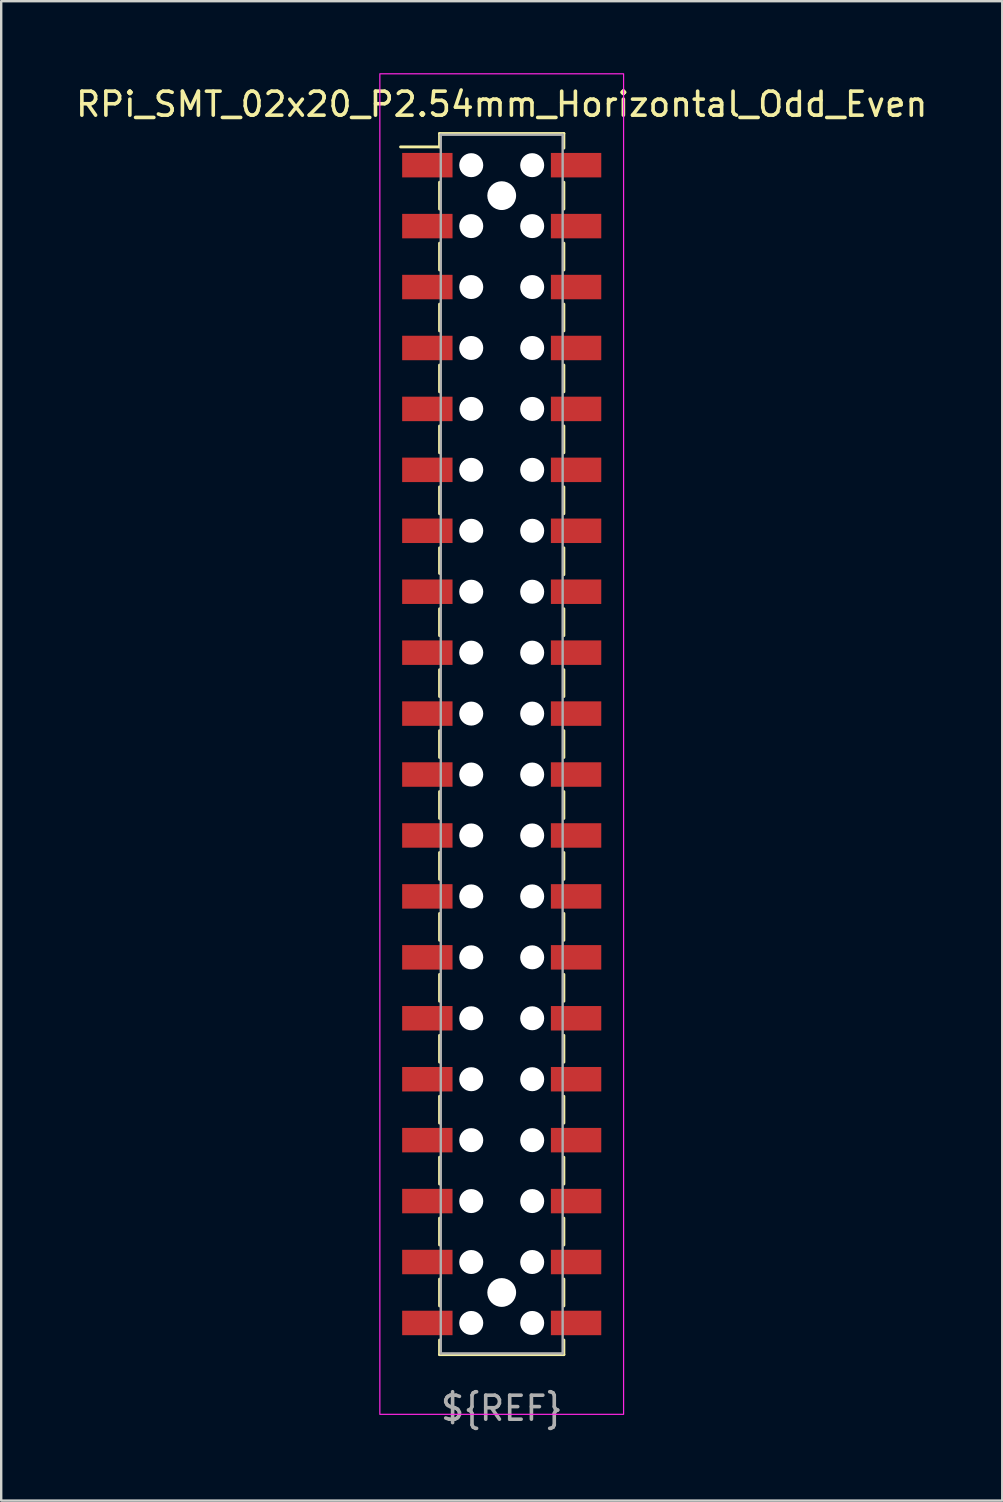
<source format=kicad_pcb>
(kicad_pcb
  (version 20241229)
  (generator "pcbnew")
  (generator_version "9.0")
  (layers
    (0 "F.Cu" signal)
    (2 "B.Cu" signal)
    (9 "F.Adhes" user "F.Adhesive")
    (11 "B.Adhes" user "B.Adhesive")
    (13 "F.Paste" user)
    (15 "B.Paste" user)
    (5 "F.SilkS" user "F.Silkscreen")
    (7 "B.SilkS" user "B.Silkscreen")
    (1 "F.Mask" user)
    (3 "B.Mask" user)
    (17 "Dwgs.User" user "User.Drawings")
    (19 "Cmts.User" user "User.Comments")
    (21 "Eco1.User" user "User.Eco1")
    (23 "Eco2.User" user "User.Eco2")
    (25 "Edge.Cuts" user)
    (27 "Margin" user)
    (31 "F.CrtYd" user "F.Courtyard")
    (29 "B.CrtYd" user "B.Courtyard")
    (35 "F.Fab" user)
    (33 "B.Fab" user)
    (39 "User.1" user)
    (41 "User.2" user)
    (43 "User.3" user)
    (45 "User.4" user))
  (footprint "RPi_SMT_02x20_P2.54mm_Horizontal_Odd_Even"
    (layer "F.Cu")
    (at 16.593 3.835)
    (property "Reference" "RPi_SMT_02x20_P2.54mm_Horizontal_Odd_Even" (at 1.27 -2.54 0) (unlocked yes) (layer "F.SilkS") (effects (font (size 1 1) (thickness 0.15))))
    (attr through_hole)
    (fp_line (start -2.946 -0.762) (end -1.321 -0.762) (stroke (width 0.12) (type solid)) (layer "F.SilkS"))
    (fp_line (start -1.321 -1.321) (end 3.861 -1.321) (stroke (width 0.12) (type solid)) (layer "F.SilkS"))
    (fp_line (start -1.321 -0.762) (end -1.321 -1.321) (stroke (width 0.12) (type solid)) (layer "F.SilkS"))
    (fp_line (start -1.321 1.829) (end -1.321 0.711) (stroke (width 0.12) (type solid)) (layer "F.SilkS"))
    (fp_line (start -1.321 4.369) (end -1.321 3.251) (stroke (width 0.12) (type solid)) (layer "F.SilkS"))
    (fp_line (start -1.321 6.909) (end -1.321 5.791) (stroke (width 0.12) (type solid)) (layer "F.SilkS"))
    (fp_line (start -1.321 9.449) (end -1.321 8.331) (stroke (width 0.12) (type solid)) (layer "F.SilkS"))
    (fp_line (start -1.321 11.989) (end -1.321 10.871) (stroke (width 0.12) (type solid)) (layer "F.SilkS"))
    (fp_line (start -1.321 14.529) (end -1.321 13.411) (stroke (width 0.12) (type solid)) (layer "F.SilkS"))
    (fp_line (start -1.321 17.018) (end -1.321 15.951) (stroke (width 0.12) (type solid)) (layer "F.SilkS"))
    (fp_line (start -1.321 19.609) (end -1.321 18.491) (stroke (width 0.12) (type solid)) (layer "F.SilkS"))
    (fp_line (start -1.321 22.149) (end -1.321 21.031) (stroke (width 0.12) (type solid)) (layer "F.SilkS"))
    (fp_line (start -1.321 24.689) (end -1.321 23.571) (stroke (width 0.12) (type solid)) (layer "F.SilkS"))
    (fp_line (start -1.321 27.229) (end -1.321 26.111) (stroke (width 0.12) (type solid)) (layer "F.SilkS"))
    (fp_line (start -1.321 29.769) (end -1.321 28.651) (stroke (width 0.12) (type solid)) (layer "F.SilkS"))
    (fp_line (start -1.321 32.309) (end -1.321 31.191) (stroke (width 0.12) (type solid)) (layer "F.SilkS"))
    (fp_line (start -1.321 34.849) (end -1.321 33.731) (stroke (width 0.12) (type solid)) (layer "F.SilkS"))
    (fp_line (start -1.321 37.389) (end -1.321 36.271) (stroke (width 0.12) (type solid)) (layer "F.SilkS"))
    (fp_line (start -1.321 39.929) (end -1.321 38.811) (stroke (width 0.12) (type solid)) (layer "F.SilkS"))
    (fp_line (start -1.321 42.469) (end -1.321 41.351) (stroke (width 0.12) (type solid)) (layer "F.SilkS"))
    (fp_line (start -1.321 45.009) (end -1.321 43.891) (stroke (width 0.12) (type solid)) (layer "F.SilkS"))
    (fp_line (start -1.321 47.549) (end -1.321 46.431) (stroke (width 0.12) (type solid)) (layer "F.SilkS"))
    (fp_line (start -1.321 49.581) (end -1.321 48.971) (stroke (width 0.12) (type solid)) (layer "F.SilkS"))
    (fp_line (start 3.861 -1.321) (end 3.861 -0.711) (stroke (width 0.12) (type solid)) (layer "F.SilkS"))
    (fp_line (start 3.861 0.711) (end 3.861 1.829) (stroke (width 0.12) (type solid)) (layer "F.SilkS"))
    (fp_line (start 3.861 3.251) (end 3.861 4.369) (stroke (width 0.12) (type solid)) (layer "F.SilkS"))
    (fp_line (start 3.861 5.791) (end 3.861 6.909) (stroke (width 0.12) (type solid)) (layer "F.SilkS"))
    (fp_line (start 3.861 8.331) (end 3.861 9.449) (stroke (width 0.12) (type solid)) (layer "F.SilkS"))
    (fp_line (start 3.861 10.871) (end 3.861 11.989) (stroke (width 0.12) (type solid)) (layer "F.SilkS"))
    (fp_line (start 3.861 13.411) (end 3.861 14.529) (stroke (width 0.12) (type solid)) (layer "F.SilkS"))
    (fp_line (start 3.861 15.951) (end 3.861 17.069) (stroke (width 0.12) (type solid)) (layer "F.SilkS"))
    (fp_line (start 3.861 18.491) (end 3.861 19.609) (stroke (width 0.12) (type solid)) (layer "F.SilkS"))
    (fp_line (start 3.861 21.031) (end 3.861 22.149) (stroke (width 0.12) (type solid)) (layer "F.SilkS"))
    (fp_line (start 3.861 23.571) (end 3.861 24.689) (stroke (width 0.12) (type solid)) (layer "F.SilkS"))
    (fp_line (start 3.861 26.111) (end 3.861 27.229) (stroke (width 0.12) (type solid)) (layer "F.SilkS"))
    (fp_line (start 3.861 28.651) (end 3.861 29.769) (stroke (width 0.12) (type solid)) (layer "F.SilkS"))
    (fp_line (start 3.861 31.191) (end 3.861 32.309) (stroke (width 0.12) (type solid)) (layer "F.SilkS"))
    (fp_line (start 3.861 33.731) (end 3.861 34.849) (stroke (width 0.12) (type solid)) (layer "F.SilkS"))
    (fp_line (start 3.861 36.271) (end 3.861 37.389) (stroke (width 0.12) (type solid)) (layer "F.SilkS"))
    (fp_line (start 3.861 38.811) (end 3.861 39.929) (stroke (width 0.12) (type solid)) (layer "F.SilkS"))
    (fp_line (start 3.861 41.351) (end 3.861 42.469) (stroke (width 0.12) (type solid)) (layer "F.SilkS"))
    (fp_line (start 3.861 43.891) (end 3.861 45.009) (stroke (width 0.12) (type solid)) (layer "F.SilkS"))
    (fp_line (start 3.861 46.431) (end 3.861 47.549) (stroke (width 0.12) (type solid)) (layer "F.SilkS"))
    (fp_line (start 3.861 48.971) (end 3.861 49.581) (stroke (width 0.12) (type solid)) (layer "F.SilkS"))
    (fp_line (start 3.861 49.581) (end -1.321 49.581) (stroke (width 0.12) (type solid)) (layer "F.SilkS"))
    (fp_rect (start -3.81 -3.81) (end 6.35 52.07) (stroke (width 0.05) (type solid)) (fill no) (layer "F.CrtYd"))
    (fp_line (start -1.27 -1.27) (end 3.81 -1.27) (stroke (width 0.1) (type solid)) (layer "F.Fab"))
    (fp_line (start -1.27 49.53) (end -1.27 -1.27) (stroke (width 0.1) (type solid)) (layer "F.Fab"))
    (fp_line (start 3.81 -1.27) (end 3.81 49.53) (stroke (width 0.1) (type solid)) (layer "F.Fab"))
    (fp_line (start 3.81 49.53) (end -1.27 49.53) (stroke (width 0.1) (type solid)) (layer "F.Fab"))
    (fp_text user "${REF}" (at 1.27 51.816 0) (unlocked yes) (layer "F.Fab") (effects (font (size 1 1) (thickness 0.15))))
    (pad "" np_thru_hole circle (at 0 0) (size 1 1) (drill 1) (layers "*.Cu" "*.Mask"))
    (pad "" np_thru_hole circle (at 0 2.54) (size 1 1) (drill 1) (layers "*.Cu" "*.Mask"))
    (pad "" np_thru_hole circle (at 0 5.08) (size 1 1) (drill 1) (layers "*.Cu" "*.Mask"))
    (pad "" np_thru_hole circle (at 0 7.62) (size 1 1) (drill 1) (layers "*.Cu" "*.Mask"))
    (pad "" np_thru_hole circle (at 0 10.16) (size 1 1) (drill 1) (layers "*.Cu" "*.Mask"))
    (pad "" np_thru_hole circle (at 0 12.7) (size 1 1) (drill 1) (layers "*.Cu" "*.Mask"))
    (pad "" np_thru_hole circle (at 0 15.24) (size 1 1) (drill 1) (layers "*.Cu" "*.Mask"))
    (pad "" np_thru_hole circle (at 0 17.78) (size 1 1) (drill 1) (layers "*.Cu" "*.Mask"))
    (pad "" np_thru_hole circle (at 0 20.32) (size 1 1) (drill 1) (layers "*.Cu" "*.Mask"))
    (pad "" np_thru_hole circle (at 0 22.86) (size 1 1) (drill 1) (layers "*.Cu" "*.Mask"))
    (pad "" np_thru_hole circle (at 0 25.4) (size 1 1) (drill 1) (layers "*.Cu" "*.Mask"))
    (pad "" np_thru_hole circle (at 0 27.94) (size 1 1) (drill 1) (layers "*.Cu" "*.Mask"))
    (pad "" np_thru_hole circle (at 0 30.48) (size 1 1) (drill 1) (layers "*.Cu" "*.Mask"))
    (pad "" np_thru_hole circle (at 0 33.02) (size 1 1) (drill 1) (layers "*.Cu" "*.Mask"))
    (pad "" np_thru_hole circle (at 0 35.56) (size 1 1) (drill 1) (layers "*.Cu" "*.Mask"))
    (pad "" np_thru_hole circle (at 0 38.1) (size 1 1) (drill 1) (layers "*.Cu" "*.Mask"))
    (pad "" np_thru_hole circle (at 0 40.64) (size 1 1) (drill 1) (layers "*.Cu" "*.Mask"))
    (pad "" np_thru_hole circle (at 0 43.18) (size 1 1) (drill 1) (layers "*.Cu" "*.Mask"))
    (pad "" np_thru_hole circle (at 0 45.72) (size 1 1) (drill 1) (layers "*.Cu" "*.Mask"))
    (pad "" np_thru_hole circle (at 0 48.26) (size 1 1) (drill 1) (layers "*.Cu" "*.Mask"))
    (pad "" np_thru_hole circle (at 1.27 1.27) (size 1.2 1.2) (drill 1.2) (layers "*.Cu" "*.Mask"))
    (pad "" np_thru_hole circle (at 1.27 46.99) (size 1.2 1.2) (drill 1.2) (layers "*.Cu" "*.Mask"))
    (pad "" np_thru_hole circle (at 2.54 0) (size 1 1) (drill 1) (layers "*.Cu" "*.Mask"))
    (pad "" np_thru_hole circle (at 2.54 2.54) (size 1 1) (drill 1) (layers "*.Cu" "*.Mask"))
    (pad "" np_thru_hole circle (at 2.54 5.08) (size 1 1) (drill 1) (layers "*.Cu" "*.Mask"))
    (pad "" np_thru_hole circle (at 2.54 7.62) (size 1 1) (drill 1) (layers "*.Cu" "*.Mask"))
    (pad "" np_thru_hole circle (at 2.54 10.16) (size 1 1) (drill 1) (layers "*.Cu" "*.Mask"))
    (pad "" np_thru_hole circle (at 2.54 12.7) (size 1 1) (drill 1) (layers "*.Cu" "*.Mask"))
    (pad "" np_thru_hole circle (at 2.54 15.24) (size 1 1) (drill 1) (layers "*.Cu" "*.Mask"))
    (pad "" np_thru_hole circle (at 2.54 17.78) (size 1 1) (drill 1) (layers "*.Cu" "*.Mask"))
    (pad "" np_thru_hole circle (at 2.54 20.32) (size 1 1) (drill 1) (layers "*.Cu" "*.Mask"))
    (pad "" np_thru_hole circle (at 2.54 22.86) (size 1 1) (drill 1) (layers "*.Cu" "*.Mask"))
    (pad "" np_thru_hole circle (at 2.54 25.4) (size 1 1) (drill 1) (layers "*.Cu" "*.Mask"))
    (pad "" np_thru_hole circle (at 2.54 27.94) (size 1 1) (drill 1) (layers "*.Cu" "*.Mask"))
    (pad "" np_thru_hole circle (at 2.54 30.48) (size 1 1) (drill 1) (layers "*.Cu" "*.Mask"))
    (pad "" np_thru_hole circle (at 2.54 33.02) (size 1 1) (drill 1) (layers "*.Cu" "*.Mask"))
    (pad "" np_thru_hole circle (at 2.54 35.56) (size 1 1) (drill 1) (layers "*.Cu" "*.Mask"))
    (pad "" np_thru_hole circle (at 2.54 38.1) (size 1 1) (drill 1) (layers "*.Cu" "*.Mask"))
    (pad "" np_thru_hole circle (at 2.54 40.64) (size 1 1) (drill 1) (layers "*.Cu" "*.Mask"))
    (pad "" np_thru_hole circle (at 2.54 43.18) (size 1 1) (drill 1) (layers "*.Cu" "*.Mask"))
    (pad "" np_thru_hole circle (at 2.54 45.72) (size 1 1) (drill 1) (layers "*.Cu" "*.Mask"))
    (pad "" np_thru_hole circle (at 2.54 48.26) (size 1 1) (drill 1) (layers "*.Cu" "*.Mask"))
    (pad "1" smd rect (at -1.83 0) (size 2.1 1.02) (layers "F.Cu" "F.Mask" "F.Paste"))
    (pad "2" smd rect (at 4.37 0) (size 2.1 1.02) (layers "F.Cu" "F.Mask" "F.Paste"))
    (pad "3" smd rect (at -1.83 2.54) (size 2.1 1.02) (layers "F.Cu" "F.Mask" "F.Paste"))
    (pad "4" smd rect (at 4.37 2.54) (size 2.1 1.02) (layers "F.Cu" "F.Mask" "F.Paste"))
    (pad "5" smd rect (at -1.83 5.08) (size 2.1 1.02) (layers "F.Cu" "F.Mask" "F.Paste"))
    (pad "6" smd rect (at 4.37 5.08) (size 2.1 1.02) (layers "F.Cu" "F.Mask" "F.Paste"))
    (pad "7" smd rect (at -1.83 7.62) (size 2.1 1.02) (layers "F.Cu" "F.Mask" "F.Paste"))
    (pad "8" smd rect (at 4.37 7.62) (size 2.1 1.02) (layers "F.Cu" "F.Mask" "F.Paste"))
    (pad "9" smd rect (at -1.83 10.16) (size 2.1 1.02) (layers "F.Cu" "F.Mask" "F.Paste"))
    (pad "10" smd rect (at 4.37 10.16) (size 2.1 1.02) (layers "F.Cu" "F.Mask" "F.Paste"))
    (pad "11" smd rect (at -1.83 12.7) (size 2.1 1.02) (layers "F.Cu" "F.Mask" "F.Paste"))
    (pad "12" smd rect (at 4.37 12.7) (size 2.1 1.02) (layers "F.Cu" "F.Mask" "F.Paste"))
    (pad "13" smd rect (at -1.83 15.24) (size 2.1 1.02) (layers "F.Cu" "F.Mask" "F.Paste"))
    (pad "14" smd rect (at 4.37 15.24) (size 2.1 1.02) (layers "F.Cu" "F.Mask" "F.Paste"))
    (pad "15" smd rect (at -1.83 17.78) (size 2.1 1.02) (layers "F.Cu" "F.Mask" "F.Paste"))
    (pad "16" smd rect (at 4.37 17.78) (size 2.1 1.02) (layers "F.Cu" "F.Mask" "F.Paste"))
    (pad "17" smd rect (at -1.83 20.32) (size 2.1 1.02) (layers "F.Cu" "F.Mask" "F.Paste"))
    (pad "18" smd rect (at 4.37 20.32) (size 2.1 1.02) (layers "F.Cu" "F.Mask" "F.Paste"))
    (pad "19" smd rect (at -1.83 22.86) (size 2.1 1.02) (layers "F.Cu" "F.Mask" "F.Paste"))
    (pad "20" smd rect (at 4.37 22.86) (size 2.1 1.02) (layers "F.Cu" "F.Mask" "F.Paste"))
    (pad "21" smd rect (at -1.83 25.4) (size 2.1 1.02) (layers "F.Cu" "F.Mask" "F.Paste"))
    (pad "22" smd rect (at 4.37 25.4) (size 2.1 1.02) (layers "F.Cu" "F.Mask" "F.Paste"))
    (pad "23" smd rect (at -1.83 27.94) (size 2.1 1.02) (layers "F.Cu" "F.Mask" "F.Paste"))
    (pad "24" smd rect (at 4.37 27.94) (size 2.1 1.02) (layers "F.Cu" "F.Mask" "F.Paste"))
    (pad "25" smd rect (at -1.83 30.48) (size 2.1 1.02) (layers "F.Cu" "F.Mask" "F.Paste"))
    (pad "26" smd rect (at 4.37 30.48) (size 2.1 1.02) (layers "F.Cu" "F.Mask" "F.Paste"))
    (pad "27" smd rect (at -1.83 33.02) (size 2.1 1.02) (layers "F.Cu" "F.Mask" "F.Paste"))
    (pad "28" smd rect (at 4.37 33.02) (size 2.1 1.02) (layers "F.Cu" "F.Mask" "F.Paste"))
    (pad "29" smd rect (at -1.83 35.56) (size 2.1 1.02) (layers "F.Cu" "F.Mask" "F.Paste"))
    (pad "30" smd rect (at 4.37 35.56) (size 2.1 1.02) (layers "F.Cu" "F.Mask" "F.Paste"))
    (pad "31" smd rect (at -1.83 38.1) (size 2.1 1.02) (layers "F.Cu" "F.Mask" "F.Paste"))
    (pad "32" smd rect (at 4.37 38.1) (size 2.1 1.02) (layers "F.Cu" "F.Mask" "F.Paste"))
    (pad "33" smd rect (at -1.83 40.64) (size 2.1 1.02) (layers "F.Cu" "F.Mask" "F.Paste"))
    (pad "34" smd rect (at 4.37 40.64) (size 2.1 1.02) (layers "F.Cu" "F.Mask" "F.Paste"))
    (pad "35" smd rect (at -1.83 43.18) (size 2.1 1.02) (layers "F.Cu" "F.Mask" "F.Paste"))
    (pad "36" smd rect (at 4.37 43.18) (size 2.1 1.02) (layers "F.Cu" "F.Mask" "F.Paste"))
    (pad "37" smd rect (at -1.83 45.72) (size 2.1 1.02) (layers "F.Cu" "F.Mask" "F.Paste"))
    (pad "38" smd rect (at 4.37 45.72) (size 2.1 1.02) (layers "F.Cu" "F.Mask" "F.Paste"))
    (pad "39" smd rect (at -1.83 48.26) (size 2.1 1.02) (layers "F.Cu" "F.Mask" "F.Paste"))
    (pad "40" smd rect (at 4.37 48.26) (size 2.1 1.02) (layers "F.Cu" "F.Mask" "F.Paste")))
  (gr_rect
    (start -3 -3)
    (end 38.726 59.499)
    (stroke (width 0.1) (type default))
    (fill no)
    (layer "Edge.Cuts")))
</source>
